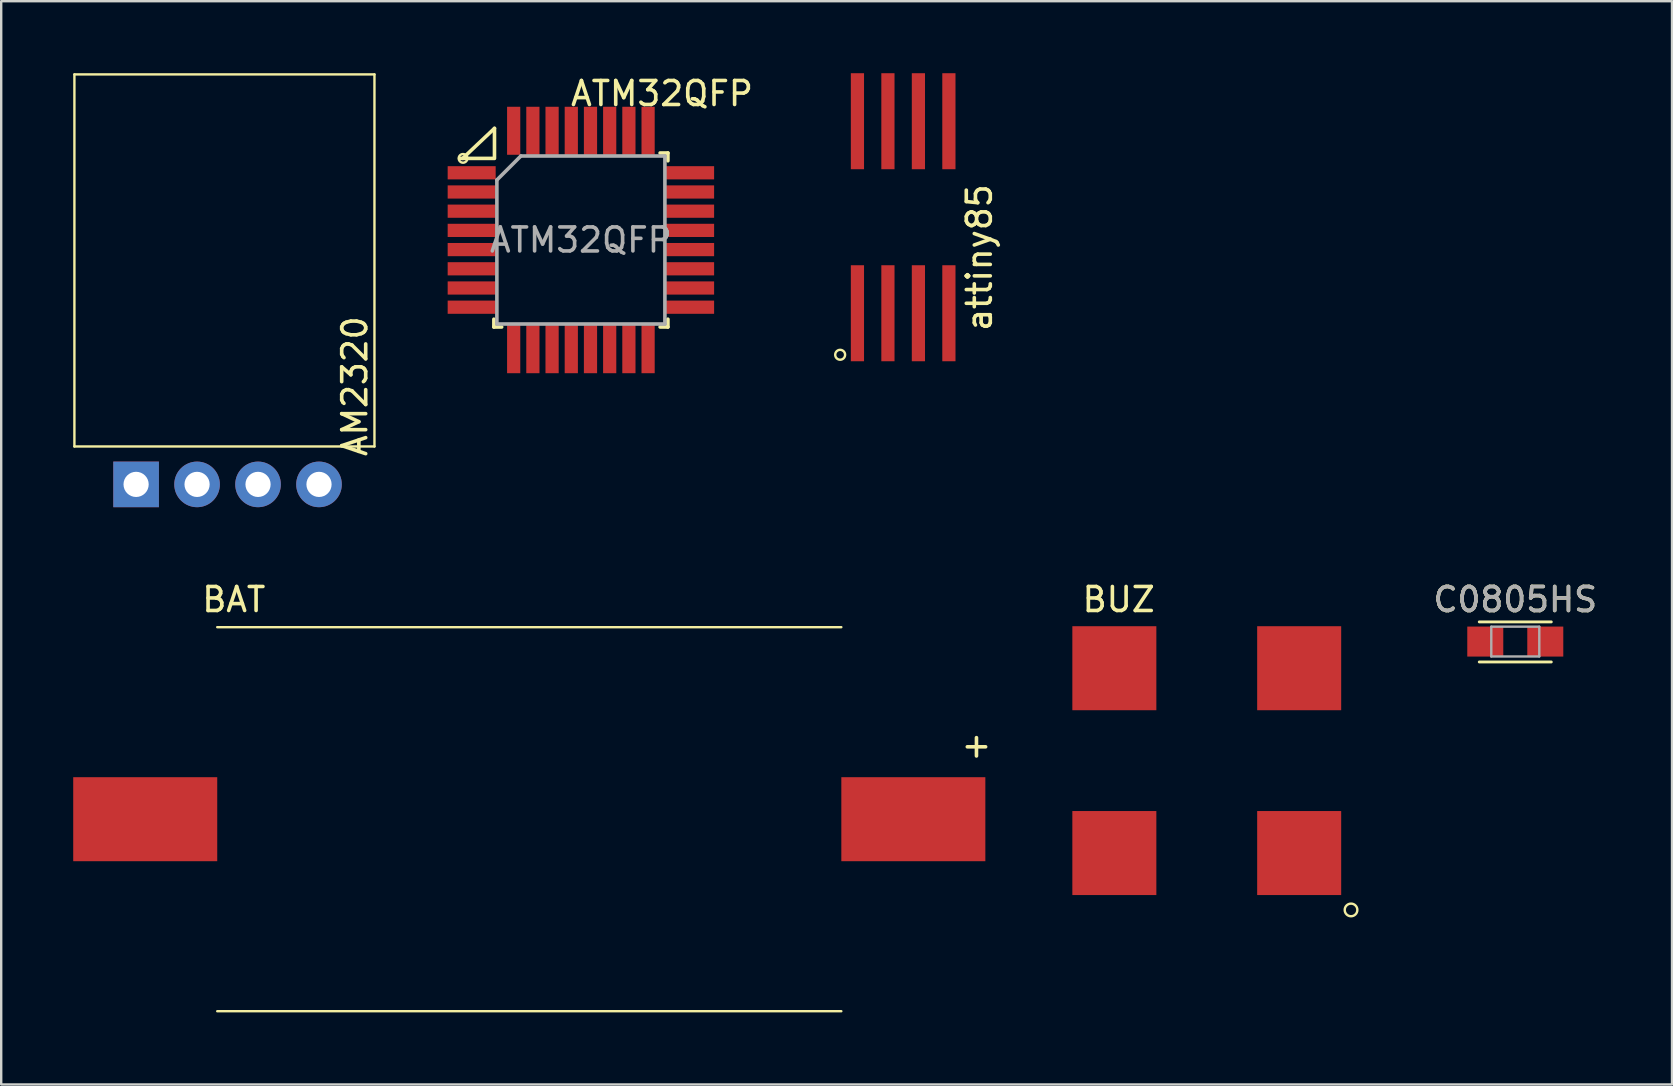
<source format=kicad_pcb>
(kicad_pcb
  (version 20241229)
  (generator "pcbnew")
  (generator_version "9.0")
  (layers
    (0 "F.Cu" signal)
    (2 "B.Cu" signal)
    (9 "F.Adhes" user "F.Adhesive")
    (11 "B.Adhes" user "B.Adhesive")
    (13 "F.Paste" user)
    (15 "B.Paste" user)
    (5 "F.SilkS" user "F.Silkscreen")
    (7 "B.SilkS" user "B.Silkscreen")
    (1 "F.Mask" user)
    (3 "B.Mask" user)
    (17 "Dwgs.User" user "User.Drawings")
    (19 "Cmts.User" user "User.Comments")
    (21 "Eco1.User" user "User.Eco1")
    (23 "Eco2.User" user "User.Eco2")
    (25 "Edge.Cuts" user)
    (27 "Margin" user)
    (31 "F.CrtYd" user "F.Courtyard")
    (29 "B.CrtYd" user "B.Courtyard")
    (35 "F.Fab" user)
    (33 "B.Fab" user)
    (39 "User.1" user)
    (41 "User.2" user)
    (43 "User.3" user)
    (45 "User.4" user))
  (footprint "AM2320"
    (layer "F.Cu")
    (at 6.41 17.12)
    (property "Reference" "AM2320" (at 5.32 -4.08 90) (layer "F.SilkS") (effects (font (size 1 1) (thickness 0.15))))
    (attr through_hole)
    (fp_line (start -6.36 -17.07) (end -6.36 -1.57) (stroke (width 0.1) (type solid)) (layer "F.SilkS"))
    (fp_line (start -6.36 -1.57) (end 6.14 -1.57) (stroke (width 0.1) (type solid)) (layer "F.SilkS"))
    (fp_line (start 6.14 -17.07) (end -6.36 -17.07) (stroke (width 0.1) (type solid)) (layer "F.SilkS"))
    (fp_line (start 6.14 -1.57) (end 6.14 -17.07) (stroke (width 0.1) (type solid)) (layer "F.SilkS"))
    (pad "1" thru_hole rect (at -3.79 0.01) (size 1.9 1.9) (drill 1.05) (layers "*.Cu" "*.Mask"))
    (pad "2" thru_hole oval (at -1.25 0.01) (size 1.9 1.9) (drill 1.05) (layers "*.Cu" "*.Mask"))
    (pad "3" thru_hole oval (at 1.29 0.01) (size 1.9 1.9) (drill 1.05) (layers "*.Cu" "*.Mask"))
    (pad "4" thru_hole oval (at 3.83 0.01) (size 1.9 1.9) (drill 1.05) (layers "*.Cu" "*.Mask")))
  (footprint "attiny85"
    (layer "F.Cu")
    (at 31.691 12)
    (property "Reference" "attiny85" (at 6.06 -4.32 90) (layer "F.SilkS") (effects (font (size 1 1) (thickness 0.15))))
    (attr through_hole)
    (fp_circle (center 0.26 -0.27) (end 0.39 -0.11) (stroke (width 0.1) (type solid)) (fill no) (layer "F.SilkS"))
    (pad "1" smd rect (at 0.98 -2) (size 0.55 4) (layers "F.Cu" "F.Mask" "F.Paste"))
    (pad "2" smd rect (at 2.25 -2) (size 0.55 4) (layers "F.Cu" "F.Mask" "F.Paste"))
    (pad "3" smd rect (at 3.52 -2) (size 0.55 4) (layers "F.Cu" "F.Mask" "F.Paste"))
    (pad "4" smd rect (at 4.79 -2) (size 0.55 4) (layers "F.Cu" "F.Mask" "F.Paste"))
    (pad "5" smd rect (at 4.79 -10) (size 0.55 4) (layers "F.Cu" "F.Mask" "F.Paste"))
    (pad "6" smd rect (at 3.52 -10) (size 0.55 4) (layers "F.Cu" "F.Mask" "F.Paste"))
    (pad "7" smd rect (at 2.25 -10) (size 0.55 4) (layers "F.Cu" "F.Mask" "F.Paste"))
    (pad "8" smd rect (at 0.98 -10) (size 0.55 4) (layers "F.Cu" "F.Mask" "F.Paste")))
  (footprint "C0805HS"
    (layer "F.Cu")
    (at 60.077 23.678)
    (property "Reference" "C0805HS" (at 0 -1.75 0) (layer "F.SilkS") (effects (font (size 1 1) (thickness 0.15))))
    (attr smd)
    (fp_line (start -1.5 -0.82) (end 1.5 -0.82) (stroke (width 0.12) (type solid)) (layer "F.SilkS"))
    (fp_line (start -1.5 0.85) (end 1.5 0.85) (stroke (width 0.12) (type solid)) (layer "F.SilkS"))
    (fp_line (start -1 -0.62) (end 1 -0.62) (stroke (width 0.1) (type solid)) (layer "F.Fab"))
    (fp_line (start -1 0.62) (end -1 -0.62) (stroke (width 0.1) (type solid)) (layer "F.Fab"))
    (fp_line (start 1 -0.62) (end 1 0.62) (stroke (width 0.1) (type solid)) (layer "F.Fab"))
    (fp_line (start 1 0.62) (end -1 0.62) (stroke (width 0.1) (type solid)) (layer "F.Fab"))
    (fp_text user "${REFERENCE}" (at 0 -1.75 0) (layer "F.Fab") (effects (font (size 1 1) (thickness 0.15))))
    (pad "1" smd rect (at -1.25 0) (size 1.5 1.25) (layers "F.Cu" "F.Mask" "F.Paste"))
    (pad "2" smd rect (at 1.25 0) (size 1.5 1.25) (layers "F.Cu" "F.Mask" "F.Paste")))
  (footprint "ATM32QFP"
    (layer "F.Cu")
    (at 21.15 6.948)
    (property "Reference" "ATM32QFP" (at 3.38 -6.1 0) (layer "F.SilkS") (effects (font (size 1 1) (thickness 0.15))))
    (attr smd)
    (fp_line (start -4.925 -3.4) (end -3.6 -4.65) (stroke (width 0.15) (type solid)) (layer "F.SilkS"))
    (fp_line (start -3.625 -3.4) (end -5.05 -3.4) (stroke (width 0.15) (type solid)) (layer "F.SilkS"))
    (fp_line (start -3.625 3.625) (end -3.625 3.3) (stroke (width 0.15) (type solid)) (layer "F.SilkS"))
    (fp_line (start -3.625 3.625) (end -3.3 3.625) (stroke (width 0.15) (type solid)) (layer "F.SilkS"))
    (fp_line (start -3.6 -4.65) (end -3.6 -3.4) (stroke (width 0.15) (type solid)) (layer "F.SilkS"))
    (fp_line (start 3.625 -3.625) (end 3.3 -3.625) (stroke (width 0.15) (type solid)) (layer "F.SilkS"))
    (fp_line (start 3.625 -3.625) (end 3.625 -3.3) (stroke (width 0.15) (type solid)) (layer "F.SilkS"))
    (fp_line (start 3.625 3.625) (end 3.3 3.625) (stroke (width 0.15) (type solid)) (layer "F.SilkS"))
    (fp_line (start 3.625 3.625) (end 3.625 3.3) (stroke (width 0.15) (type solid)) (layer "F.SilkS"))
    (fp_circle (center -4.91 -3.4) (end -4.74 -3.34) (stroke (width 0.1) (type solid)) (fill no) (layer "F.SilkS"))
    (fp_line (start -3.5 -2.5) (end -2.5 -3.5) (stroke (width 0.15) (type solid)) (layer "F.Fab"))
    (fp_line (start -3.5 3.5) (end -3.5 -2.5) (stroke (width 0.15) (type solid)) (layer "F.Fab"))
    (fp_line (start -2.5 -3.5) (end 3.5 -3.5) (stroke (width 0.15) (type solid)) (layer "F.Fab"))
    (fp_line (start 3.5 -3.5) (end 3.5 3.5) (stroke (width 0.15) (type solid)) (layer "F.Fab"))
    (fp_line (start 3.5 3.5) (end -3.5 3.5) (stroke (width 0.15) (type solid)) (layer "F.Fab"))
    (fp_text user "${REFERENCE}" (at 0 0 0) (layer "F.Fab") (effects (font (size 1 1) (thickness 0.15))))
    (pad "1" smd rect (at -4.55 -2.8) (size 2 0.55) (layers "F.Cu" "F.Mask" "F.Paste"))
    (pad "2" smd rect (at -4.55 -2) (size 2 0.55) (layers "F.Cu" "F.Mask" "F.Paste"))
    (pad "3" smd rect (at -4.55 -1.2) (size 2 0.55) (layers "F.Cu" "F.Mask" "F.Paste"))
    (pad "4" smd rect (at -4.55 -0.4) (size 2 0.55) (layers "F.Cu" "F.Mask" "F.Paste"))
    (pad "5" smd rect (at -4.55 0.4) (size 2 0.55) (layers "F.Cu" "F.Mask" "F.Paste"))
    (pad "6" smd rect (at -4.55 1.2) (size 2 0.55) (layers "F.Cu" "F.Mask" "F.Paste"))
    (pad "7" smd rect (at -4.55 2) (size 2 0.55) (layers "F.Cu" "F.Mask" "F.Paste"))
    (pad "8" smd rect (at -4.55 2.8) (size 2 0.55) (layers "F.Cu" "F.Mask" "F.Paste"))
    (pad "9" smd rect (at -2.8 4.55 90) (size 2 0.55) (layers "F.Cu" "F.Mask" "F.Paste"))
    (pad "10" smd rect (at -2 4.55 90) (size 2 0.55) (layers "F.Cu" "F.Mask" "F.Paste"))
    (pad "11" smd rect (at -1.2 4.55 90) (size 2 0.55) (layers "F.Cu" "F.Mask" "F.Paste"))
    (pad "12" smd rect (at -0.4 4.55 90) (size 2 0.55) (layers "F.Cu" "F.Mask" "F.Paste"))
    (pad "13" smd rect (at 0.4 4.55 90) (size 2 0.55) (layers "F.Cu" "F.Mask" "F.Paste"))
    (pad "14" smd rect (at 1.2 4.55 90) (size 2 0.55) (layers "F.Cu" "F.Mask" "F.Paste"))
    (pad "15" smd rect (at 2 4.55 90) (size 2 0.55) (layers "F.Cu" "F.Mask" "F.Paste"))
    (pad "16" smd rect (at 2.8 4.55 90) (size 2 0.55) (layers "F.Cu" "F.Mask" "F.Paste"))
    (pad "17" smd rect (at 4.55 2.8) (size 2 0.55) (layers "F.Cu" "F.Mask" "F.Paste"))
    (pad "18" smd rect (at 4.55 2) (size 2 0.55) (layers "F.Cu" "F.Mask" "F.Paste"))
    (pad "19" smd rect (at 4.55 1.2) (size 2 0.55) (layers "F.Cu" "F.Mask" "F.Paste"))
    (pad "20" smd rect (at 4.55 0.4) (size 2 0.55) (layers "F.Cu" "F.Mask" "F.Paste"))
    (pad "21" smd rect (at 4.55 -0.4) (size 2 0.55) (layers "F.Cu" "F.Mask" "F.Paste"))
    (pad "22" smd rect (at 4.55 -1.2) (size 2 0.55) (layers "F.Cu" "F.Mask" "F.Paste"))
    (pad "23" smd rect (at 4.55 -2) (size 2 0.55) (layers "F.Cu" "F.Mask" "F.Paste"))
    (pad "24" smd rect (at 4.55 -2.8) (size 2 0.55) (layers "F.Cu" "F.Mask" "F.Paste"))
    (pad "25" smd rect (at 2.8 -4.55 90) (size 2 0.55) (layers "F.Cu" "F.Mask" "F.Paste"))
    (pad "26" smd rect (at 2 -4.55 90) (size 2 0.55) (layers "F.Cu" "F.Mask" "F.Paste"))
    (pad "27" smd rect (at 1.2 -4.55 90) (size 2 0.55) (layers "F.Cu" "F.Mask" "F.Paste"))
    (pad "28" smd rect (at 0.4 -4.55 90) (size 2 0.55) (layers "F.Cu" "F.Mask" "F.Paste"))
    (pad "29" smd rect (at -0.4 -4.55 90) (size 2 0.55) (layers "F.Cu" "F.Mask" "F.Paste"))
    (pad "30" smd rect (at -1.2 -4.55 90) (size 2 0.55) (layers "F.Cu" "F.Mask" "F.Paste"))
    (pad "31" smd rect (at -2 -4.55 90) (size 2 0.55) (layers "F.Cu" "F.Mask" "F.Paste"))
    (pad "32" smd rect (at -2.8 -4.55 90) (size 2 0.55) (layers "F.Cu" "F.Mask" "F.Paste")))
  (footprint "BUZ"
    (layer "F.Cu")
    (at 41.624 34.238)
    (property "Reference" "BUZ" (at 1.93 -12.31 0) (layer "F.SilkS") (effects (font (size 1 1) (thickness 0.15))))
    (attr through_hole)
    (fp_circle (center 11.61 0.62) (end 11.87 0.66) (stroke (width 0.1) (type solid)) (fill no) (layer "F.SilkS"))
    (pad "1" smd rect (at 9.45 -1.75) (size 3.5 3.5) (layers "F.Cu" "F.Mask" "F.Paste"))
    (pad "2" smd rect (at 9.45 -9.45) (size 3.5 3.5) (layers "F.Cu" "F.Mask" "F.Paste"))
    (pad "3" smd rect (at 1.75 -9.45) (size 3.5 3.5) (layers "F.Cu" "F.Mask" "F.Paste"))
    (pad "4" smd rect (at 1.75 -1.75) (size 3.5 3.5) (layers "F.Cu" "F.Mask" "F.Paste")))
  (footprint "BAT"
    (layer "F.Cu")
    (at 18.61 31.148)
    (property "Reference" "BAT" (at -11.92 -9.22 180) (layer "F.SilkS") (effects (font (size 1 1) (thickness 0.15))))
    (attr through_hole)
    (fp_line (start -12.61 -8.07) (end 13.39 -8.07) (stroke (width 0.1) (type solid)) (layer "F.SilkS"))
    (fp_line (start 13.39 7.93) (end -12.61 7.93) (stroke (width 0.1) (type solid)) (layer "F.SilkS"))
    (fp_text user "+" (at 19.02 -3.16 0) (layer "F.SilkS") (effects (font (size 1 1) (thickness 0.15))))
    (pad "1" smd rect (at 16.39 -0.07) (size 6 3.5) (layers "F.Cu" "F.Mask" "F.Paste"))
    (pad "2" smd rect (at -15.61 -0.07) (size 6 3.5) (layers "F.Cu" "F.Mask" "F.Paste")))
  (gr_rect
    (start -3 -3)
    (end 66.607 42.128)
    (stroke (width 0.1) (type default))
    (fill no)
    (layer "Edge.Cuts")))
</source>
